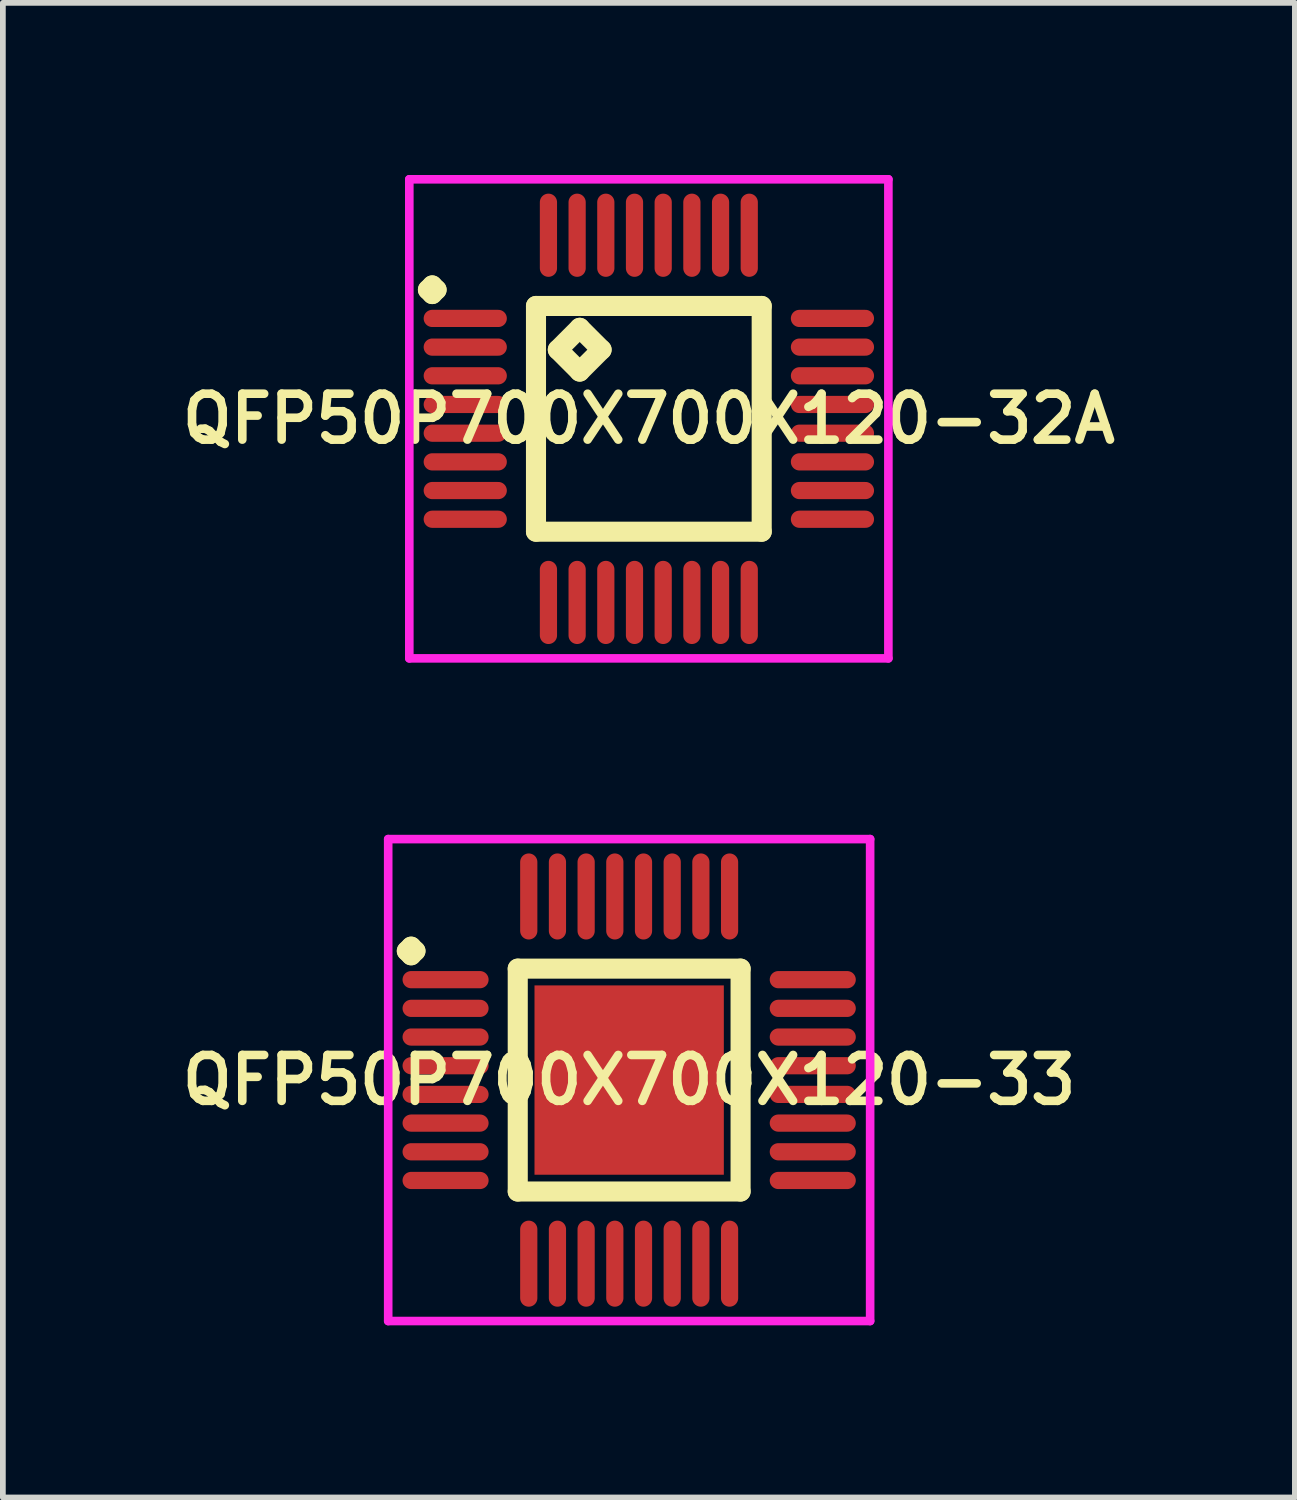
<source format=kicad_pcb>
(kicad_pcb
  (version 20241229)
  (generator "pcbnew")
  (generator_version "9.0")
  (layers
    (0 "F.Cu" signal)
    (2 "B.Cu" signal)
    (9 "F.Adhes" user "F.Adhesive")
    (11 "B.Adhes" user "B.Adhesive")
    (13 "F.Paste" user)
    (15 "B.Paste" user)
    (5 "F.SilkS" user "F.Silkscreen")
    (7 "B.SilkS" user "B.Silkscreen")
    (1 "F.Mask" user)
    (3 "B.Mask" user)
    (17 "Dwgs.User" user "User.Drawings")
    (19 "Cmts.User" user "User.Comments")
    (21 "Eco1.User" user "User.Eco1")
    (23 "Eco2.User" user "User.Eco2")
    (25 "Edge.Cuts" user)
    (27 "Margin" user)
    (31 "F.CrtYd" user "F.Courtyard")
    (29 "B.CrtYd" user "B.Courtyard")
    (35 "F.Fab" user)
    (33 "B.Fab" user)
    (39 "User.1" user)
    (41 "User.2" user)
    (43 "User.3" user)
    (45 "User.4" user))
  (footprint "QFP50P700X700X120-32A"
    (layer "F.Cu")
    (at 8.259 4.25)
    (property "Reference" "QFP50P700X700X120-32A" (at 0 0 0) (layer "F.SilkS") (effects (font (size 0.8 0.8) (thickness 0.15))))
    (attr smd)
    (fp_line (start -3.85 -2.25) (end -3.775 -2.325) (stroke (width 0.35) (type solid)) (layer "F.SilkS"))
    (fp_line (start -3.775 -2.325) (end -3.7 -2.25) (stroke (width 0.35) (type solid)) (layer "F.SilkS"))
    (fp_line (start -3.775 -2.175) (end -3.85 -2.25) (stroke (width 0.35) (type solid)) (layer "F.SilkS"))
    (fp_line (start -3.7 -2.25) (end -3.775 -2.175) (stroke (width 0.35) (type solid)) (layer "F.SilkS"))
    (fp_line (start -1.967 -1.967) (end -1.967 1.967) (stroke (width 0.35) (type solid)) (layer "F.SilkS"))
    (fp_line (start -1.967 1.967) (end 1.967 1.967) (stroke (width 0.35) (type solid)) (layer "F.SilkS"))
    (fp_line (start -1.586 -1.205) (end -1.205 -1.586) (stroke (width 0.35) (type solid)) (layer "F.SilkS"))
    (fp_line (start -1.205 -1.586) (end -0.824 -1.205) (stroke (width 0.35) (type solid)) (layer "F.SilkS"))
    (fp_line (start -1.205 -0.824) (end -1.586 -1.205) (stroke (width 0.35) (type solid)) (layer "F.SilkS"))
    (fp_line (start -0.824 -1.205) (end -1.205 -0.824) (stroke (width 0.35) (type solid)) (layer "F.SilkS"))
    (fp_line (start 1.967 -1.967) (end -1.967 -1.967) (stroke (width 0.35) (type solid)) (layer "F.SilkS"))
    (fp_line (start 1.967 1.967) (end 1.967 -1.967) (stroke (width 0.35) (type solid)) (layer "F.SilkS"))
    (fp_line (start -4.175 -4.175) (end 4.175 -4.175) (stroke (width 0.15) (type solid)) (layer "F.CrtYd"))
    (fp_line (start -4.175 4.175) (end -4.175 -4.175) (stroke (width 0.15) (type solid)) (layer "F.CrtYd"))
    (fp_line (start 4.175 -4.175) (end 4.175 4.175) (stroke (width 0.15) (type solid)) (layer "F.CrtYd"))
    (fp_line (start 4.175 4.175) (end -4.175 4.175) (stroke (width 0.15) (type solid)) (layer "F.CrtYd"))
    (pad "1" smd oval (at -3.2 -1.75) (size 1.45 0.3) (layers "F.Cu" "F.Mask" "F.Paste"))
    (pad "2" smd oval (at -3.2 -1.25) (size 1.45 0.3) (layers "F.Cu" "F.Mask" "F.Paste"))
    (pad "3" smd oval (at -3.2 -0.75) (size 1.45 0.3) (layers "F.Cu" "F.Mask" "F.Paste"))
    (pad "4" smd oval (at -3.2 -0.25) (size 1.45 0.3) (layers "F.Cu" "F.Mask" "F.Paste"))
    (pad "5" smd oval (at -3.2 0.25) (size 1.45 0.3) (layers "F.Cu" "F.Mask" "F.Paste"))
    (pad "6" smd oval (at -3.2 0.75) (size 1.45 0.3) (layers "F.Cu" "F.Mask" "F.Paste"))
    (pad "7" smd oval (at -3.2 1.25) (size 1.45 0.3) (layers "F.Cu" "F.Mask" "F.Paste"))
    (pad "8" smd oval (at -3.2 1.75) (size 1.45 0.3) (layers "F.Cu" "F.Mask" "F.Paste"))
    (pad "9" smd oval (at -1.75 3.2) (size 0.3 1.45) (layers "F.Cu" "F.Mask" "F.Paste"))
    (pad "10" smd oval (at -1.25 3.2) (size 0.3 1.45) (layers "F.Cu" "F.Mask" "F.Paste"))
    (pad "11" smd oval (at -0.75 3.2) (size 0.3 1.45) (layers "F.Cu" "F.Mask" "F.Paste"))
    (pad "12" smd oval (at -0.25 3.2) (size 0.3 1.45) (layers "F.Cu" "F.Mask" "F.Paste"))
    (pad "13" smd oval (at 0.25 3.2) (size 0.3 1.45) (layers "F.Cu" "F.Mask" "F.Paste"))
    (pad "14" smd oval (at 0.75 3.2) (size 0.3 1.45) (layers "F.Cu" "F.Mask" "F.Paste"))
    (pad "15" smd oval (at 1.25 3.2) (size 0.3 1.45) (layers "F.Cu" "F.Mask" "F.Paste"))
    (pad "16" smd oval (at 1.75 3.2) (size 0.3 1.45) (layers "F.Cu" "F.Mask" "F.Paste"))
    (pad "17" smd oval (at 3.2 1.75) (size 1.45 0.3) (layers "F.Cu" "F.Mask" "F.Paste"))
    (pad "18" smd oval (at 3.2 1.25) (size 1.45 0.3) (layers "F.Cu" "F.Mask" "F.Paste"))
    (pad "19" smd oval (at 3.2 0.75) (size 1.45 0.3) (layers "F.Cu" "F.Mask" "F.Paste"))
    (pad "20" smd oval (at 3.2 0.25) (size 1.45 0.3) (layers "F.Cu" "F.Mask" "F.Paste"))
    (pad "21" smd oval (at 3.2 -0.25) (size 1.45 0.3) (layers "F.Cu" "F.Mask" "F.Paste"))
    (pad "22" smd oval (at 3.2 -0.75) (size 1.45 0.3) (layers "F.Cu" "F.Mask" "F.Paste"))
    (pad "23" smd oval (at 3.2 -1.25) (size 1.45 0.3) (layers "F.Cu" "F.Mask" "F.Paste"))
    (pad "24" smd oval (at 3.2 -1.75) (size 1.45 0.3) (layers "F.Cu" "F.Mask" "F.Paste"))
    (pad "25" smd oval (at 1.75 -3.2) (size 0.3 1.45) (layers "F.Cu" "F.Mask" "F.Paste"))
    (pad "26" smd oval (at 1.25 -3.2) (size 0.3 1.45) (layers "F.Cu" "F.Mask" "F.Paste"))
    (pad "27" smd oval (at 0.75 -3.2) (size 0.3 1.45) (layers "F.Cu" "F.Mask" "F.Paste"))
    (pad "28" smd oval (at 0.25 -3.2) (size 0.3 1.45) (layers "F.Cu" "F.Mask" "F.Paste"))
    (pad "29" smd oval (at -0.25 -3.2) (size 0.3 1.45) (layers "F.Cu" "F.Mask" "F.Paste"))
    (pad "30" smd oval (at -0.75 -3.2) (size 0.3 1.45) (layers "F.Cu" "F.Mask" "F.Paste"))
    (pad "31" smd oval (at -1.25 -3.2) (size 0.3 1.45) (layers "F.Cu" "F.Mask" "F.Paste"))
    (pad "32" smd oval (at -1.75 -3.2) (size 0.3 1.45) (layers "F.Cu" "F.Mask" "F.Paste")))
  (footprint "QFP50P700X700X120-33"
    (layer "F.Cu")
    (at 7.916 15.775)
    (property "Reference" "QFP50P700X700X120-33" (at 0 0 0) (layer "F.SilkS") (effects (font (size 0.8 0.8) (thickness 0.15))))
    (attr smd)
    (fp_line (start -3.875 -2.25) (end -3.8 -2.325) (stroke (width 0.35) (type solid)) (layer "F.SilkS"))
    (fp_line (start -3.8 -2.325) (end -3.725 -2.25) (stroke (width 0.35) (type solid)) (layer "F.SilkS"))
    (fp_line (start -3.8 -2.175) (end -3.875 -2.25) (stroke (width 0.35) (type solid)) (layer "F.SilkS"))
    (fp_line (start -3.725 -2.25) (end -3.8 -2.175) (stroke (width 0.35) (type solid)) (layer "F.SilkS"))
    (fp_line (start -1.942 -1.942) (end -1.942 1.942) (stroke (width 0.35) (type solid)) (layer "F.SilkS"))
    (fp_line (start -1.942 1.942) (end 1.942 1.942) (stroke (width 0.35) (type solid)) (layer "F.SilkS"))
    (fp_line (start 1.942 -1.942) (end -1.942 -1.942) (stroke (width 0.35) (type solid)) (layer "F.SilkS"))
    (fp_line (start 1.942 1.942) (end 1.942 -1.942) (stroke (width 0.35) (type solid)) (layer "F.SilkS"))
    (fp_line (start -4.2 -4.2) (end 4.2 -4.2) (stroke (width 0.15) (type solid)) (layer "F.CrtYd"))
    (fp_line (start -4.2 4.2) (end -4.2 -4.2) (stroke (width 0.15) (type solid)) (layer "F.CrtYd"))
    (fp_line (start 4.2 -4.2) (end 4.2 4.2) (stroke (width 0.15) (type solid)) (layer "F.CrtYd"))
    (fp_line (start 4.2 4.2) (end -4.2 4.2) (stroke (width 0.15) (type solid)) (layer "F.CrtYd"))
    (pad "1" smd oval (at -3.2 -1.75) (size 1.5 0.3) (layers "F.Cu" "F.Mask" "F.Paste"))
    (pad "2" smd oval (at -3.2 -1.25) (size 1.5 0.3) (layers "F.Cu" "F.Mask" "F.Paste"))
    (pad "3" smd oval (at -3.2 -0.75) (size 1.5 0.3) (layers "F.Cu" "F.Mask" "F.Paste"))
    (pad "4" smd oval (at -3.2 -0.25) (size 1.5 0.3) (layers "F.Cu" "F.Mask" "F.Paste"))
    (pad "5" smd oval (at -3.2 0.25) (size 1.5 0.3) (layers "F.Cu" "F.Mask" "F.Paste"))
    (pad "6" smd oval (at -3.2 0.75) (size 1.5 0.3) (layers "F.Cu" "F.Mask" "F.Paste"))
    (pad "7" smd oval (at -3.2 1.25) (size 1.5 0.3) (layers "F.Cu" "F.Mask" "F.Paste"))
    (pad "8" smd oval (at -3.2 1.75) (size 1.5 0.3) (layers "F.Cu" "F.Mask" "F.Paste"))
    (pad "9" smd oval (at -1.75 3.2) (size 0.3 1.5) (layers "F.Cu" "F.Mask" "F.Paste"))
    (pad "10" smd oval (at -1.25 3.2) (size 0.3 1.5) (layers "F.Cu" "F.Mask" "F.Paste"))
    (pad "11" smd oval (at -0.75 3.2) (size 0.3 1.5) (layers "F.Cu" "F.Mask" "F.Paste"))
    (pad "12" smd oval (at -0.25 3.2) (size 0.3 1.5) (layers "F.Cu" "F.Mask" "F.Paste"))
    (pad "13" smd oval (at 0.25 3.2) (size 0.3 1.5) (layers "F.Cu" "F.Mask" "F.Paste"))
    (pad "14" smd oval (at 0.75 3.2) (size 0.3 1.5) (layers "F.Cu" "F.Mask" "F.Paste"))
    (pad "15" smd oval (at 1.25 3.2) (size 0.3 1.5) (layers "F.Cu" "F.Mask" "F.Paste"))
    (pad "16" smd oval (at 1.75 3.2) (size 0.3 1.5) (layers "F.Cu" "F.Mask" "F.Paste"))
    (pad "17" smd oval (at 3.2 1.75) (size 1.5 0.3) (layers "F.Cu" "F.Mask" "F.Paste"))
    (pad "18" smd oval (at 3.2 1.25) (size 1.5 0.3) (layers "F.Cu" "F.Mask" "F.Paste"))
    (pad "19" smd oval (at 3.2 0.75) (size 1.5 0.3) (layers "F.Cu" "F.Mask" "F.Paste"))
    (pad "20" smd oval (at 3.2 0.25) (size 1.5 0.3) (layers "F.Cu" "F.Mask" "F.Paste"))
    (pad "21" smd oval (at 3.2 -0.25) (size 1.5 0.3) (layers "F.Cu" "F.Mask" "F.Paste"))
    (pad "22" smd oval (at 3.2 -0.75) (size 1.5 0.3) (layers "F.Cu" "F.Mask" "F.Paste"))
    (pad "23" smd oval (at 3.2 -1.25) (size 1.5 0.3) (layers "F.Cu" "F.Mask" "F.Paste"))
    (pad "24" smd oval (at 3.2 -1.75) (size 1.5 0.3) (layers "F.Cu" "F.Mask" "F.Paste"))
    (pad "25" smd oval (at 1.75 -3.2) (size 0.3 1.5) (layers "F.Cu" "F.Mask" "F.Paste"))
    (pad "26" smd oval (at 1.25 -3.2) (size 0.3 1.5) (layers "F.Cu" "F.Mask" "F.Paste"))
    (pad "27" smd oval (at 0.75 -3.2) (size 0.3 1.5) (layers "F.Cu" "F.Mask" "F.Paste"))
    (pad "28" smd oval (at 0.25 -3.2) (size 0.3 1.5) (layers "F.Cu" "F.Mask" "F.Paste"))
    (pad "29" smd oval (at -0.25 -3.2) (size 0.3 1.5) (layers "F.Cu" "F.Mask" "F.Paste"))
    (pad "30" smd oval (at -0.75 -3.2) (size 0.3 1.5) (layers "F.Cu" "F.Mask" "F.Paste"))
    (pad "31" smd oval (at -1.25 -3.2) (size 0.3 1.5) (layers "F.Cu" "F.Mask" "F.Paste"))
    (pad "32" smd oval (at -1.75 -3.2) (size 0.3 1.5) (layers "F.Cu" "F.Mask" "F.Paste"))
    (pad "33" smd rect (at 0 0) (size 3.3 3.3) (layers "F.Cu" "F.Mask" "F.Paste")))
  (gr_rect
    (start -3 -3)
    (end 19.519 23.05)
    (stroke (width 0.1) (type default))
    (fill no)
    (layer "Edge.Cuts")))
</source>
